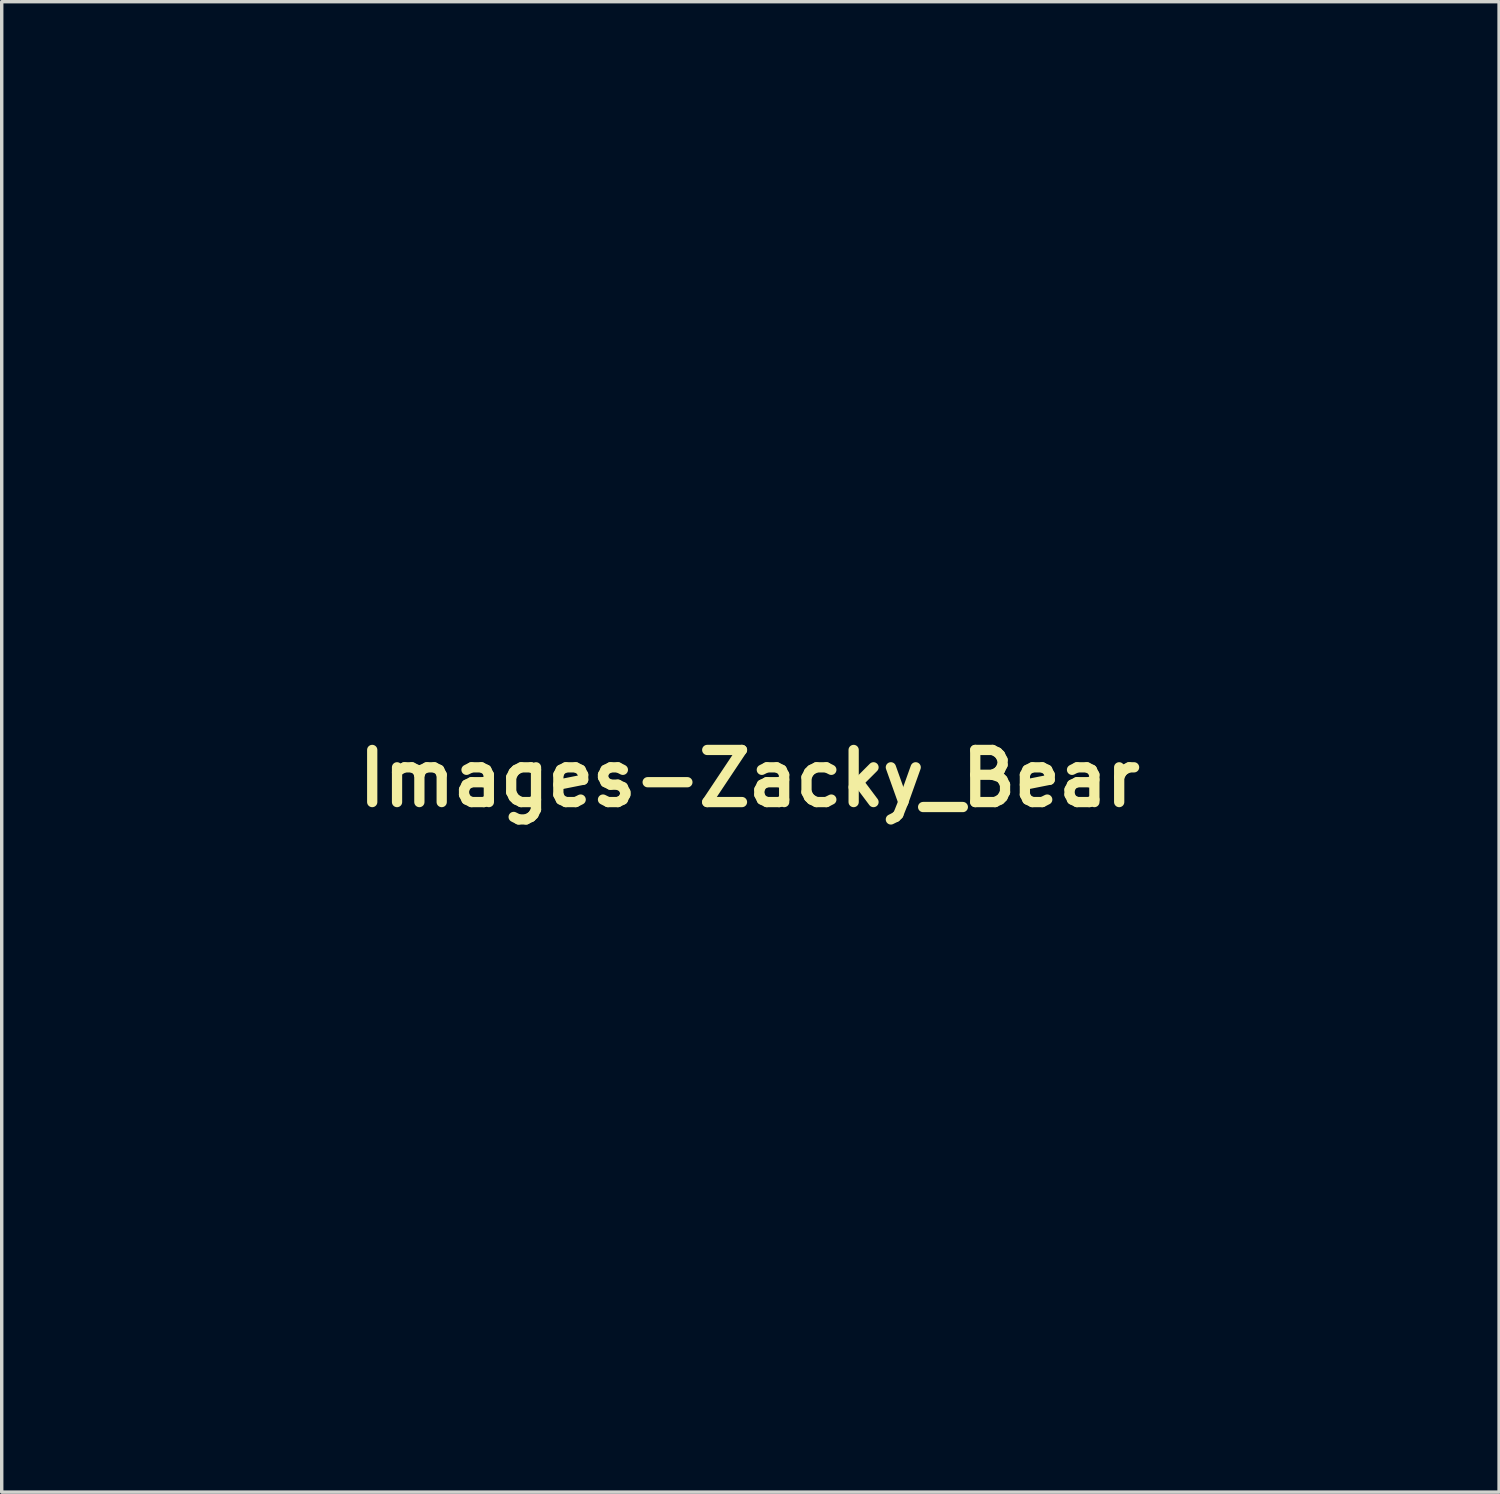
<source format=kicad_pcb>
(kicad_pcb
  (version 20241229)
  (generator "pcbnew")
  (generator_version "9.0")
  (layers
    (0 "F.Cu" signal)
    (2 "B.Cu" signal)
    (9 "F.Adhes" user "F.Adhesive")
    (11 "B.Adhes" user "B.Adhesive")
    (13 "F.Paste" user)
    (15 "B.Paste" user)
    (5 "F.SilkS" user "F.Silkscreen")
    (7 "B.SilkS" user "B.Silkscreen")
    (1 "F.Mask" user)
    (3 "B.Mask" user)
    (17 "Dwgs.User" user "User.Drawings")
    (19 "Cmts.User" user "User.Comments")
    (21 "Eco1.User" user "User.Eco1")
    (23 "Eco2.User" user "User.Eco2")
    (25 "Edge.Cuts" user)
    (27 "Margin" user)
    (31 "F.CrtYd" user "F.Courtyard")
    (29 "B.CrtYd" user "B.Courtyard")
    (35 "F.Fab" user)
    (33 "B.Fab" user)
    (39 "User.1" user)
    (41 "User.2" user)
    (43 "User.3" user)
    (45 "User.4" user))
  (footprint "Images-Zacky_Bear"
    (layer "F.Cu")
    (at 18.866 19.716)
    (property "Reference" "Images-Zacky_Bear" (at 0 0 0) (layer "F.SilkS") (effects (font (size 1.524 1.524) (thickness 0.3))))
    (attr through_hole)
    (fp_poly (pts (xy -3.133 17.822) (xy -3.175 17.865) (xy -3.217 17.822) (xy -3.175 17.78) (xy -3.133 17.822)) (stroke (width 0.01) (type solid)) (fill no) (layer "Eco2.User"))
    (fp_poly (pts (xy -2.879 17.822) (xy -2.921 17.865) (xy -2.963 17.822) (xy -2.921 17.78) (xy -2.879 17.822)) (stroke (width 0.01) (type solid)) (fill no) (layer "Eco2.User"))
    (fp_poly (pts (xy -2.54 17.822) (xy -2.582 17.865) (xy -2.625 17.822) (xy -2.582 17.78) (xy -2.54 17.822)) (stroke (width 0.01) (type solid)) (fill no) (layer "Eco2.User"))
    (fp_poly (pts (xy -2.371 17.822) (xy -2.413 17.865) (xy -2.455 17.822) (xy -2.413 17.78) (xy -2.371 17.822)) (stroke (width 0.01) (type solid)) (fill no) (layer "Eco2.User"))
    (fp_poly (pts (xy -1.355 17.738) (xy -1.397 17.78) (xy -1.439 17.738) (xy -1.397 17.695) (xy -1.355 17.738)) (stroke (width 0.01) (type solid)) (fill no) (layer "Eco2.User"))
    (fp_poly (pts (xy -1.016 17.653) (xy -1.058 17.695) (xy -1.101 17.653) (xy -1.058 17.611) (xy -1.016 17.653)) (stroke (width 0.01) (type solid)) (fill no) (layer "Eco2.User"))
    (fp_poly (pts (xy 0.847 17.822) (xy 0.804 17.865) (xy 0.762 17.822) (xy 0.804 17.78) (xy 0.847 17.822)) (stroke (width 0.01) (type solid)) (fill no) (layer "Eco2.User"))
    (fp_poly (pts (xy 1.185 17.822) (xy 1.143 17.865) (xy 1.101 17.822) (xy 1.143 17.78) (xy 1.185 17.822)) (stroke (width 0.01) (type solid)) (fill no) (layer "Eco2.User"))
    (fp_poly (pts (xy 1.609 17.653) (xy 1.566 17.695) (xy 1.524 17.653) (xy 1.566 17.611) (xy 1.609 17.653)) (stroke (width 0.01) (type solid)) (fill no) (layer "Eco2.User"))
    (fp_poly (pts (xy 3.471 17.738) (xy 3.429 17.78) (xy 3.387 17.738) (xy 3.429 17.695) (xy 3.471 17.738)) (stroke (width 0.01) (type solid)) (fill no) (layer "Eco2.User"))
    (fp_poly (pts (xy 7.287 -17.631) (xy 7.35 -17.461) (xy 7.294 -17.224) (xy 7.16 -17.073) (xy 6.977 -17.017) (xy 6.81 -17.063) (xy 6.738 -17.157) (xy 6.744 -17.345) (xy 6.854 -17.539) (xy 7.02 -17.673) (xy 7.117 -17.695) (xy 7.287 -17.631)) (stroke (width 0.01) (type solid)) (fill no) (layer "Eco2.User"))
    (fp_poly (pts (xy -14.937 5.826) (xy -14.783 5.989) (xy -14.664 6.207) (xy -14.613 6.422) (xy -14.653 6.568) (xy -14.816 6.68) (xy -14.986 6.624) (xy -15.158 6.413) (xy -15.284 6.132) (xy -15.287 5.917) (xy -15.168 5.792) (xy -15.096 5.773) (xy -14.937 5.826)) (stroke (width 0.01) (type solid)) (fill no) (layer "Eco2.User"))
    (fp_poly (pts (xy -14.305 7.207) (xy -14.201 7.376) (xy -14.104 7.665) (xy -14.134 7.861) (xy -14.29 7.953) (xy -14.362 7.959) (xy -14.55 7.896) (xy -14.653 7.731) (xy -14.723 7.434) (xy -14.697 7.214) (xy -14.603 7.09) (xy -14.464 7.081) (xy -14.305 7.207)) (stroke (width 0.01) (type solid)) (fill no) (layer "Eco2.User"))
    (fp_poly (pts (xy -10.072 -16.32) (xy -9.957 -16.207) (xy -9.902 -15.944) (xy -9.921 -15.694) (xy -10.001 -15.498) (xy -10.125 -15.395) (xy -10.262 -15.415) (xy -10.389 -15.568) (xy -10.464 -15.807) (xy -10.473 -16.053) (xy -10.413 -16.215) (xy -10.247 -16.324) (xy -10.072 -16.32)) (stroke (width 0.01) (type solid)) (fill no) (layer "Eco2.User"))
    (fp_poly (pts (xy -9.696 -15.014) (xy -9.499 -14.82) (xy -9.347 -14.556) (xy -9.318 -14.357) (xy -9.412 -14.243) (xy -9.521 -14.224) (xy -9.746 -14.308) (xy -9.954 -14.521) (xy -10.091 -14.722) (xy -10.122 -14.851) (xy -10.075 -14.944) (xy -9.895 -15.061) (xy -9.696 -15.014)) (stroke (width 0.01) (type solid)) (fill no) (layer "Eco2.User"))
    (fp_poly (pts (xy 9.659 -14.096) (xy 9.722 -13.943) (xy 9.684 -13.82) (xy 9.541 -13.704) (xy 9.336 -13.648) (xy 9.138 -13.657) (xy 9.013 -13.74) (xy 9.007 -13.753) (xy 8.995 -13.973) (xy 9.134 -14.134) (xy 9.275 -14.19) (xy 9.497 -14.19) (xy 9.659 -14.096)) (stroke (width 0.01) (type solid)) (fill no) (layer "Eco2.User"))
    (fp_poly (pts (xy 10.551 -17.503) (xy 10.629 -17.439) (xy 10.836 -17.183) (xy 10.896 -16.953) (xy 10.834 -16.802) (xy 10.674 -16.69) (xy 10.505 -16.739) (xy 10.335 -16.925) (xy 10.2 -17.185) (xy 10.169 -17.4) (xy 10.229 -17.544) (xy 10.361 -17.587) (xy 10.551 -17.503)) (stroke (width 0.01) (type solid)) (fill no) (layer "Eco2.User"))
    (fp_poly (pts (xy -0.604 3.45) (xy -0.501 3.609) (xy -0.46 3.848) (xy -0.492 4.092) (xy -0.596 4.312) (xy -0.743 4.387) (xy -0.909 4.307) (xy -0.912 4.304) (xy -0.988 4.135) (xy -1.013 3.888) (xy -0.986 3.643) (xy -0.914 3.488) (xy -0.749 3.399) (xy -0.604 3.45)) (stroke (width 0.01) (type solid)) (fill no) (layer "Eco2.User"))
    (fp_poly (pts (xy -0.528 5.475) (xy -0.45 5.692) (xy -0.441 5.927) (xy -0.484 6.14) (xy -0.588 6.235) (xy -0.65 6.249) (xy -0.845 6.202) (xy -0.931 6.097) (xy -1.001 5.84) (xy -0.968 5.584) (xy -0.842 5.399) (xy -0.821 5.385) (xy -0.66 5.362) (xy -0.528 5.475)) (stroke (width 0.01) (type solid)) (fill no) (layer "Eco2.User"))
    (fp_poly (pts (xy 9.571 -18.318) (xy 9.654 -18.287) (xy 9.877 -18.144) (xy 9.958 -17.971) (xy 9.897 -17.812) (xy 9.748 -17.714) (xy 9.529 -17.723) (xy 9.244 -17.824) (xy 9.049 -17.938) (xy 8.986 -18.071) (xy 8.99 -18.138) (xy 9.085 -18.302) (xy 9.289 -18.364) (xy 9.571 -18.318)) (stroke (width 0.01) (type solid)) (fill no) (layer "Eco2.User"))
    (fp_poly (pts (xy 10.668 -14.997) (xy 10.702 -14.936) (xy 10.702 -14.746) (xy 10.598 -14.545) (xy 10.429 -14.37) (xy 10.233 -14.253) (xy 10.051 -14.232) (xy 9.962 -14.28) (xy 9.91 -14.429) (xy 9.997 -14.64) (xy 10.125 -14.81) (xy 10.337 -15.001) (xy 10.528 -15.065) (xy 10.668 -14.997)) (stroke (width 0.01) (type solid)) (fill no) (layer "Eco2.User"))
    (fp_poly (pts (xy -16.736 4.515) (xy -16.674 4.578) (xy -16.602 4.772) (xy -16.677 4.922) (xy -16.888 5.042) (xy -17.176 5.142) (xy -17.367 5.149) (xy -17.504 5.063) (xy -17.526 5.038) (xy -17.576 4.878) (xy -17.464 4.728) (xy -17.196 4.593) (xy -17.086 4.557) (xy -16.86 4.502) (xy -16.736 4.515)) (stroke (width 0.01) (type solid)) (fill no) (layer "Eco2.User"))
    (fp_poly (pts (xy -9.555 -17.55) (xy -9.512 -17.479) (xy -9.519 -17.323) (xy -9.598 -17.103) (xy -9.715 -16.888) (xy -9.838 -16.748) (xy -9.866 -16.733) (xy -10.011 -16.74) (xy -10.102 -16.777) (xy -10.227 -16.918) (xy -10.207 -17.123) (xy -10.07 -17.365) (xy -9.888 -17.542) (xy -9.702 -17.607) (xy -9.555 -17.55)) (stroke (width 0.01) (type solid)) (fill no) (layer "Eco2.User"))
    (fp_poly (pts (xy -8.432 -18.355) (xy -8.345 -18.228) (xy -8.353 -18.047) (xy -8.5 -17.901) (xy -8.66 -17.843) (xy -8.875 -17.784) (xy -8.982 -17.745) (xy -9.146 -17.755) (xy -9.225 -17.817) (xy -9.294 -18.001) (xy -9.2 -18.175) (xy -8.949 -18.329) (xy -8.938 -18.333) (xy -8.636 -18.412) (xy -8.432 -18.355)) (stroke (width 0.01) (type solid)) (fill no) (layer "Eco2.User"))
    (fp_poly (pts (xy -7.362 -18.403) (xy -7.279 -18.372) (xy -7.045 -18.218) (xy -6.972 -18.021) (xy -6.997 -17.907) (xy -7.12 -17.802) (xy -7.355 -17.801) (xy -7.679 -17.904) (xy -7.69 -17.909) (xy -7.884 -18.022) (xy -7.947 -18.155) (xy -7.944 -18.223) (xy -7.848 -18.387) (xy -7.644 -18.449) (xy -7.362 -18.403)) (stroke (width 0.01) (type solid)) (fill no) (layer "Eco2.User"))
    (fp_poly (pts (xy 8.484 -18.345) (xy 8.585 -18.239) (xy 8.629 -18.057) (xy 8.568 -17.938) (xy 8.374 -17.831) (xy 8.342 -17.818) (xy 8.059 -17.718) (xy 7.871 -17.708) (xy 7.733 -17.786) (xy 7.722 -17.797) (xy 7.625 -17.968) (xy 7.698 -18.123) (xy 7.914 -18.25) (xy 8.257 -18.357) (xy 8.484 -18.345)) (stroke (width 0.01) (type solid)) (fill no) (layer "Eco2.User"))
    (fp_poly (pts (xy 11.043 -16.374) (xy 11.135 -16.258) (xy 11.175 -16.044) (xy 11.16 -15.792) (xy 11.088 -15.573) (xy 10.947 -15.443) (xy 10.763 -15.41) (xy 10.64 -15.466) (xy 10.605 -15.579) (xy 10.585 -15.794) (xy 10.583 -15.886) (xy 10.632 -16.181) (xy 10.764 -16.358) (xy 10.963 -16.396) (xy 11.043 -16.374)) (stroke (width 0.01) (type solid)) (fill no) (layer "Eco2.User"))
    (fp_poly (pts (xy 13.931 10.869) (xy 14.011 10.944) (xy 14.043 11.113) (xy 14.038 11.366) (xy 14.013 11.632) (xy 13.964 11.772) (xy 13.873 11.829) (xy 13.833 11.837) (xy 13.66 11.8) (xy 13.6 11.724) (xy 13.54 11.443) (xy 13.562 11.179) (xy 13.652 10.972) (xy 13.793 10.862) (xy 13.931 10.869)) (stroke (width 0.01) (type solid)) (fill no) (layer "Eco2.User"))
    (fp_poly (pts (xy 14.13 9.544) (xy 14.223 9.691) (xy 14.256 9.925) (xy 14.229 10.175) (xy 14.141 10.37) (xy 14.025 10.476) (xy 13.894 10.47) (xy 13.822 10.443) (xy 13.753 10.332) (xy 13.719 10.089) (xy 13.716 9.981) (xy 13.751 9.668) (xy 13.855 9.503) (xy 14.021 9.49) (xy 14.13 9.544)) (stroke (width 0.01) (type solid)) (fill no) (layer "Eco2.User"))
    (fp_poly (pts (xy 14.692 6.805) (xy 14.783 6.877) (xy 14.798 7.026) (xy 14.776 7.176) (xy 14.685 7.493) (xy 14.551 7.662) (xy 14.39 7.705) (xy 14.243 7.654) (xy 14.202 7.599) (xy 14.203 7.426) (xy 14.268 7.187) (xy 14.372 6.962) (xy 14.44 6.868) (xy 14.6 6.794) (xy 14.692 6.805)) (stroke (width 0.01) (type solid)) (fill no) (layer "Eco2.User"))
    (fp_poly (pts (xy 15.319 5.569) (xy 15.394 5.737) (xy 15.382 5.959) (xy 15.282 6.191) (xy 15.191 6.302) (xy 15.053 6.411) (xy 14.916 6.407) (xy 14.838 6.379) (xy 14.748 6.265) (xy 14.747 6.071) (xy 14.813 5.849) (xy 14.93 5.649) (xy 15.078 5.523) (xy 15.16 5.503) (xy 15.319 5.569)) (stroke (width 0.01) (type solid)) (fill no) (layer "Eco2.User"))
    (fp_poly (pts (xy 16.157 4.459) (xy 16.291 4.583) (xy 16.29 4.724) (xy 16.148 4.91) (xy 16.07 4.987) (xy 15.826 5.184) (xy 15.655 5.243) (xy 15.54 5.17) (xy 15.533 5.16) (xy 15.506 4.98) (xy 15.587 4.776) (xy 15.739 4.588) (xy 15.924 4.461) (xy 16.104 4.436) (xy 16.157 4.459)) (stroke (width 0.01) (type solid)) (fill no) (layer "Eco2.User"))
    (fp_poly (pts (xy 17.284 4.346) (xy 17.517 4.453) (xy 17.65 4.567) (xy 17.655 4.708) (xy 17.544 4.838) (xy 17.365 4.907) (xy 17.325 4.909) (xy 17.111 4.87) (xy 16.933 4.801) (xy 16.761 4.658) (xy 16.694 4.487) (xy 16.741 4.338) (xy 16.838 4.279) (xy 17.031 4.278) (xy 17.284 4.346)) (stroke (width 0.01) (type solid)) (fill no) (layer "Eco2.User"))
    (fp_poly (pts (xy -15.754 4.776) (xy -15.679 4.833) (xy -15.446 5.05) (xy -15.36 5.225) (xy -15.411 5.378) (xy -15.418 5.387) (xy -15.556 5.489) (xy -15.721 5.464) (xy -15.94 5.305) (xy -16.001 5.251) (xy -16.186 5.04) (xy -16.223 4.878) (xy -16.114 4.741) (xy -16.07 4.712) (xy -15.934 4.685) (xy -15.754 4.776)) (stroke (width 0.01) (type solid)) (fill no) (layer "Eco2.User"))
    (fp_poly (pts (xy -13.544 11.157) (xy -13.482 11.371) (xy -13.479 11.62) (xy -13.505 11.887) (xy -13.554 12.028) (xy -13.646 12.084) (xy -13.677 12.09) (xy -13.845 12.084) (xy -13.91 12.054) (xy -13.962 11.91) (xy -13.971 11.676) (xy -13.943 11.425) (xy -13.883 11.23) (xy -13.844 11.177) (xy -13.667 11.09) (xy -13.544 11.157)) (stroke (width 0.01) (type solid)) (fill no) (layer "Eco2.User"))
    (fp_poly (pts (xy -0.441 1.68) (xy -0.372 1.802) (xy -0.355 1.922) (xy -0.364 2.171) (xy -0.421 2.367) (xy -0.561 2.502) (xy -0.735 2.533) (xy -0.877 2.453) (xy -0.904 2.404) (xy -0.92 2.234) (xy -0.889 1.996) (xy -0.88 1.959) (xy -0.807 1.749) (xy -0.699 1.663) (xy -0.593 1.651) (xy -0.441 1.68)) (stroke (width 0.01) (type solid)) (fill no) (layer "Eco2.User"))
    (fp_poly (pts (xy -0.195 9.075) (xy -0.09 9.17) (xy -0.012 9.368) (xy 0.026 9.604) (xy 0.014 9.812) (xy -0.033 9.905) (xy -0.2 9.986) (xy -0.355 9.936) (xy -0.387 9.896) (xy -0.445 9.752) (xy -0.506 9.533) (xy -0.51 9.518) (xy -0.519 9.255) (xy -0.414 9.1) (xy -0.209 9.072) (xy -0.195 9.075)) (stroke (width 0.01) (type solid)) (fill no) (layer "Eco2.User"))
    (fp_poly (pts (xy -0.11 -0.183) (xy -0.062 0.027) (xy -0.082 0.199) (xy -0.142 0.422) (xy -0.201 0.576) (xy -0.205 0.583) (xy -0.337 0.664) (xy -0.515 0.665) (xy -0.637 0.59) (xy -0.668 0.417) (xy -0.635 0.173) (xy -0.556 -0.069) (xy -0.451 -0.234) (xy -0.422 -0.255) (xy -0.237 -0.287) (xy -0.11 -0.183)) (stroke (width 0.01) (type solid)) (fill no) (layer "Eco2.User"))
    (fp_poly (pts (xy 14.286 8.074) (xy 14.377 8.151) (xy 14.425 8.307) (xy 14.413 8.534) (xy 14.354 8.774) (xy 14.265 8.968) (xy 14.159 9.058) (xy 14.147 9.059) (xy 13.988 9.03) (xy 13.942 9.003) (xy 13.896 8.867) (xy 13.888 8.641) (xy 13.915 8.396) (xy 13.973 8.207) (xy 14.117 8.063) (xy 14.286 8.074)) (stroke (width 0.01) (type solid)) (fill no) (layer "Eco2.User"))
    (fp_poly (pts (xy -13.988 8.377) (xy -13.853 8.591) (xy -13.801 8.761) (xy -13.765 8.998) (xy -13.768 9.176) (xy -13.774 9.197) (xy -13.879 9.28) (xy -14.055 9.314) (xy -14.21 9.286) (xy -14.25 9.25) (xy -14.288 9.132) (xy -14.334 8.919) (xy -14.345 8.862) (xy -14.355 8.554) (xy -14.275 8.365) (xy -14.141 8.304) (xy -13.988 8.377)) (stroke (width 0.01) (type solid)) (fill no) (layer "Eco2.User"))
    (fp_poly (pts (xy -13.59 12.587) (xy -13.528 12.657) (xy -13.506 12.826) (xy -13.504 12.996) (xy -13.513 13.251) (xy -13.553 13.383) (xy -13.643 13.437) (xy -13.695 13.447) (xy -13.868 13.42) (xy -13.934 13.35) (xy -13.958 13.187) (xy -13.958 12.947) (xy -13.954 12.899) (xy -13.922 12.685) (xy -13.85 12.592) (xy -13.716 12.573) (xy -13.59 12.587)) (stroke (width 0.01) (type solid)) (fill no) (layer "Eco2.User"))
    (fp_poly (pts (xy -0.382 7.253) (xy -0.32 7.323) (xy -0.298 7.492) (xy -0.296 7.662) (xy -0.305 7.917) (xy -0.345 8.049) (xy -0.435 8.103) (xy -0.487 8.113) (xy -0.66 8.086) (xy -0.726 8.016) (xy -0.75 7.853) (xy -0.75 7.613) (xy -0.746 7.565) (xy -0.714 7.351) (xy -0.642 7.258) (xy -0.508 7.239) (xy -0.382 7.253)) (stroke (width 0.01) (type solid)) (fill no) (layer "Eco2.User"))
    (fp_poly (pts (xy 3.796 -12.858) (xy 3.973 -12.716) (xy 4.116 -12.468) (xy 4.196 -12.181) (xy 4.192 -11.941) (xy 4.062 -11.635) (xy 3.853 -11.434) (xy 3.603 -11.351) (xy 3.347 -11.398) (xy 3.139 -11.568) (xy 2.992 -11.856) (xy 2.962 -12.163) (xy 3.03 -12.453) (xy 3.18 -12.694) (xy 3.395 -12.852) (xy 3.657 -12.891) (xy 3.796 -12.858)) (stroke (width 0.01) (type solid)) (fill no) (layer "Eco2.User"))
    (fp_poly (pts (xy 13.925 12.334) (xy 13.992 12.405) (xy 14.025 12.577) (xy 14.038 12.764) (xy 14.048 13.022) (xy 14.026 13.154) (xy 13.954 13.202) (xy 13.845 13.208) (xy 13.664 13.167) (xy 13.581 13.09) (xy 13.558 12.932) (xy 13.559 12.694) (xy 13.562 12.645) (xy 13.594 12.431) (xy 13.667 12.338) (xy 13.801 12.319) (xy 13.925 12.334)) (stroke (width 0.01) (type solid)) (fill no) (layer "Eco2.User"))
    (fp_poly (pts (xy -13.666 9.798) (xy -13.598 9.886) (xy -13.567 10.089) (xy -13.563 10.145) (xy -13.577 10.442) (xy -13.655 10.657) (xy -13.782 10.751) (xy -13.801 10.753) (xy -13.903 10.695) (xy -13.965 10.632) (xy -14.022 10.476) (xy -14.042 10.233) (xy -14.039 10.145) (xy -14.011 9.915) (xy -13.953 9.808) (xy -13.833 9.779) (xy -13.801 9.779) (xy -13.666 9.798)) (stroke (width 0.01) (type solid)) (fill no) (layer "Eco2.User"))
    (fp_poly (pts (xy -3.27 -12.791) (xy -3.094 -12.586) (xy -2.986 -12.315) (xy -2.966 -12.013) (xy -3.047 -11.715) (xy -3.139 -11.568) (xy -3.372 -11.39) (xy -3.646 -11.349) (xy -3.908 -11.452) (xy -3.971 -11.506) (xy -4.135 -11.77) (xy -4.19 -12.088) (xy -4.146 -12.409) (xy -4.008 -12.684) (xy -3.785 -12.862) (xy -3.766 -12.87) (xy -3.5 -12.898) (xy -3.27 -12.791)) (stroke (width 0.01) (type solid)) (fill no) (layer "Eco2.User"))
    (fp_poly (pts (xy 0.191 -10.783) (xy 0.576 -10.676) (xy 0.891 -10.469) (xy 1.057 -10.247) (xy 1.17 -9.94) (xy 1.145 -9.681) (xy 1.002 -9.441) (xy 0.694 -9.178) (xy 0.296 -9.021) (xy -0.143 -8.98) (xy -0.572 -9.068) (xy -0.635 -9.093) (xy -0.979 -9.314) (xy -1.173 -9.61) (xy -1.224 -9.922) (xy -1.19 -10.195) (xy -1.066 -10.393) (xy -0.992 -10.462) (xy -0.633 -10.68) (xy -0.226 -10.786) (xy 0.191 -10.783)) (stroke (width 0.01) (type solid)) (fill no) (layer "Eco2.User"))
    (fp_poly (pts (xy 0.905 -12.38) (xy 1.655 -12.191) (xy 2.346 -11.891) (xy 2.952 -11.493) (xy 3.449 -11.012) (xy 3.812 -10.46) (xy 3.814 -10.456) (xy 3.924 -10.198) (xy 3.988 -9.94) (xy 4.017 -9.622) (xy 4.022 -9.313) (xy 4.015 -8.936) (xy 3.986 -8.667) (xy 3.921 -8.445) (xy 3.808 -8.208) (xy 3.771 -8.141) (xy 3.386 -7.607) (xy 2.871 -7.134) (xy 2.258 -6.743) (xy 1.584 -6.46) (xy 1.202 -6.359) (xy 0.755 -6.298) (xy 0.221 -6.274) (xy -0.333 -6.287) (xy -0.842 -6.334) (xy -1.185 -6.4) (xy -1.923 -6.663) (xy -2.564 -7.028) (xy -3.094 -7.479) (xy -3.501 -8.002) (xy -3.771 -8.582) (xy -3.873 -9.113) (xy -3.428 -9.113) (xy -3.281 -8.571) (xy -2.974 -8.053) (xy -2.866 -7.922) (xy -2.621 -7.669) (xy -2.362 -7.44) (xy -2.208 -7.328) (xy -1.927 -7.18) (xy -1.55 -7.018) (xy -1.148 -6.871) (xy -0.79 -6.765) (xy -0.677 -6.74) (xy -0.386 -6.715) (xy 0.012 -6.719) (xy 0.461 -6.746) (xy 0.9 -6.793) (xy 1.273 -6.854) (xy 1.47 -6.906) (xy 2.123 -7.191) (xy 2.66 -7.556) (xy 3.003 -7.889) (xy 3.364 -8.401) (xy 3.564 -8.94) (xy 3.604 -9.489) (xy 3.487 -10.032) (xy 3.214 -10.552) (xy 2.788 -11.03) (xy 2.625 -11.168) (xy 2.003 -11.556) (xy 1.298 -11.819) (xy 0.543 -11.957) (xy -0.23 -11.968) (xy -0.991 -11.854) (xy -1.707 -11.615) (xy -2.348 -11.249) (xy -2.456 -11.168) (xy -2.928 -10.706) (xy -3.249 -10.198) (xy -3.416 -9.661) (xy -3.428 -9.113) (xy -3.873 -9.113) (xy -3.89 -9.205) (xy -3.895 -9.356) (xy -3.814 -9.98) (xy -3.583 -10.56) (xy -3.216 -11.084) (xy -2.729 -11.539) (xy -2.138 -11.915) (xy -1.457 -12.199) (xy -0.701 -12.379) (xy 0.112 -12.444) (xy 0.122 -12.445) (xy 0.905 -12.38)) (stroke (width 0.01) (type solid)) (fill no) (layer "Eco2.User"))
    (fp_poly (pts (xy -7.669 -19.682) (xy -6.938 -19.506) (xy -6.255 -19.186) (xy -5.643 -18.725) (xy -5.517 -18.602) (xy -5.15 -18.224) (xy -4.675 -18.51) (xy -4.115 -18.803) (xy -3.436 -19.086) (xy -2.69 -19.339) (xy -2.134 -19.493) (xy -1.553 -19.6) (xy -0.86 -19.666) (xy -0.107 -19.692) (xy 0.654 -19.678) (xy 1.369 -19.623) (xy 1.987 -19.527) (xy 2.134 -19.493) (xy 3.318 -19.13) (xy 4.391 -18.662) (xy 4.887 -18.387) (xy 5.559 -17.983) (xy 5.807 -18.312) (xy 6.257 -18.786) (xy 6.824 -19.185) (xy 7.465 -19.487) (xy 8.134 -19.669) (xy 8.413 -19.703) (xy 9.183 -19.686) (xy 9.891 -19.528) (xy 10.529 -19.244) (xy 11.089 -18.852) (xy 11.564 -18.37) (xy 11.944 -17.814) (xy 12.221 -17.202) (xy 12.389 -16.551) (xy 12.437 -15.879) (xy 12.359 -15.201) (xy 12.146 -14.537) (xy 11.789 -13.902) (xy 11.388 -13.419) (xy 10.885 -13.002) (xy 10.282 -12.654) (xy 9.646 -12.412) (xy 9.438 -12.361) (xy 8.975 -12.265) (xy 8.975 -11.463) (xy 8.893 -10.341) (xy 8.65 -9.267) (xy 8.244 -8.242) (xy 7.679 -7.269) (xy 6.954 -6.348) (xy 6.408 -5.789) (xy 5.61 -5.034) (xy 6.172 -4.728) (xy 6.89 -4.286) (xy 7.633 -3.742) (xy 8.362 -3.127) (xy 9.042 -2.476) (xy 9.635 -1.82) (xy 10.086 -1.222) (xy 10.633 -0.297) (xy 11.089 0.686) (xy 11.429 1.675) (xy 11.55 2.162) (xy 11.642 2.358) (xy 11.839 2.633) (xy 12.119 2.955) (xy 12.174 3.013) (xy 12.437 3.3) (xy 12.665 3.571) (xy 12.824 3.785) (xy 12.867 3.856) (xy 12.955 4.034) (xy 13.002 4.128) (xy 13.003 4.13) (xy 13.064 4.084) (xy 13.218 3.942) (xy 13.442 3.726) (xy 13.641 3.53) (xy 14.077 3.133) (xy 14.474 2.864) (xy 14.875 2.704) (xy 15.323 2.633) (xy 15.591 2.625) (xy 16.241 2.706) (xy 16.848 2.944) (xy 17.402 3.329) (xy 17.891 3.852) (xy 18.308 4.505) (xy 18.642 5.276) (xy 18.767 5.673) (xy 18.823 5.904) (xy 18.864 6.157) (xy 18.892 6.464) (xy 18.909 6.853) (xy 18.917 7.355) (xy 18.918 7.916) (xy 18.915 8.529) (xy 18.905 9.012) (xy 18.886 9.405) (xy 18.853 9.75) (xy 18.804 10.085) (xy 18.735 10.451) (xy 18.684 10.697) (xy 18.582 11.155) (xy 18.475 11.597) (xy 18.375 11.973) (xy 18.295 12.234) (xy 18.295 12.236) (xy 17.975 12.909) (xy 17.527 13.471) (xy 16.952 13.921) (xy 16.298 14.242) (xy 16.082 14.317) (xy 15.874 14.371) (xy 15.636 14.405) (xy 15.332 14.425) (xy 14.927 14.433) (xy 14.478 14.434) (xy 13.869 14.426) (xy 13.337 14.397) (xy 12.842 14.341) (xy 12.344 14.251) (xy 11.803 14.119) (xy 11.179 13.939) (xy 10.541 13.739) (xy 9.434 13.351) (xy 8.244 12.878) (xy 7.019 12.337) (xy 5.96 11.828) (xy 4.896 11.295) (xy 3.824 11.651) (xy 2.915 11.925) (xy 2.075 12.112) (xy 1.236 12.225) (xy 0.329 12.273) (xy -0.053 12.277) (xy -1.229 12.227) (xy -2.326 12.071) (xy -3.404 11.799) (xy -3.867 11.647) (xy -4.681 11.363) (xy -5.537 11.815) (xy -6.485 12.288) (xy -7.503 12.75) (xy -8.555 13.187) (xy -9.605 13.584) (xy -10.617 13.929) (xy -11.556 14.208) (xy -12.319 14.392) (xy -12.978 14.505) (xy -13.671 14.579) (xy -14.352 14.612) (xy -14.978 14.604) (xy -15.501 14.552) (xy -15.658 14.521) (xy -16.415 14.274) (xy -17.065 13.905) (xy -17.597 13.419) (xy -18.005 12.825) (xy -18.087 12.658) (xy -18.27 12.168) (xy -18.438 11.544) (xy -18.585 10.826) (xy -18.706 10.049) (xy -18.796 9.251) (xy -18.849 8.468) (xy -18.851 8.345) (xy -18.281 8.345) (xy -18.236 9.132) (xy -18.167 9.737) (xy -18.052 10.454) (xy -17.924 11.118) (xy -17.791 11.702) (xy -17.657 12.177) (xy -17.531 12.516) (xy -17.512 12.556) (xy -17.144 13.101) (xy -16.653 13.542) (xy -16.058 13.864) (xy -15.409 14.049) (xy -14.932 14.098) (xy -14.341 14.104) (xy -13.687 14.071) (xy -13.021 14) (xy -12.394 13.894) (xy -11.707 13.73) (xy -10.915 13.502) (xy -10.065 13.226) (xy -9.203 12.916) (xy -8.532 12.653) (xy -8.166 12.499) (xy -7.742 12.313) (xy -7.287 12.108) (xy -6.825 11.896) (xy -6.384 11.689) (xy -5.989 11.499) (xy -5.665 11.338) (xy -5.439 11.219) (xy -5.337 11.154) (xy -5.334 11.149) (xy -5.401 11.089) (xy -5.579 10.964) (xy -5.837 10.796) (xy -5.963 10.717) (xy -6.537 10.314) (xy -7.113 9.828) (xy -7.646 9.303) (xy -8.09 8.782) (xy -8.249 8.56) (xy -8.443 8.24) (xy -8.643 7.861) (xy -8.831 7.465) (xy -8.99 7.091) (xy -9.1 6.781) (xy -9.144 6.574) (xy -9.144 6.566) (xy -9.164 6.465) (xy -9.24 6.412) (xy -9.391 6.41) (xy -9.639 6.462) (xy -10.005 6.569) (xy -10.456 6.716) (xy -10.898 6.866) (xy -11.204 6.978) (xy -11.401 7.066) (xy -11.515 7.144) (xy -11.573 7.227) (xy -11.6 7.328) (xy -11.6 7.331) (xy -11.667 7.515) (xy -11.804 7.576) (xy -11.842 7.578) (xy -11.942 7.559) (xy -12.028 7.484) (xy -12.117 7.323) (xy -12.228 7.048) (xy -12.313 6.815) (xy -12.674 5.92) (xy -13.073 5.138) (xy -13.173 4.985) (xy -12.465 4.985) (xy -12.18 5.708) (xy -12.013 6.096) (xy -11.876 6.339) (xy -11.774 6.427) (xy -11.769 6.427) (xy -11.646 6.398) (xy -11.397 6.323) (xy -11.054 6.211) (xy -10.65 6.073) (xy -10.519 6.027) (xy -9.397 5.63) (xy -9.369 4.562) (xy -8.793 4.562) (xy -8.782 4.931) (xy -8.727 5.626) (xy -8.629 6.217) (xy -8.473 6.766) (xy -8.243 7.334) (xy -8.107 7.62) (xy -7.672 8.335) (xy -7.092 9.025) (xy -6.39 9.67) (xy -5.589 10.249) (xy -4.715 10.741) (xy -4.191 10.976) (xy -3.415 11.254) (xy -2.562 11.493) (xy -1.712 11.674) (xy -1.143 11.756) (xy -0.721 11.802) (xy -0.402 11.828) (xy -0.131 11.837) (xy 0.149 11.828) (xy 0.491 11.8) (xy 0.895 11.761) (xy 2.19 11.568) (xy 3.39 11.261) (xy 4.134 10.98) (xy 5.588 10.98) (xy 5.661 11.036) (xy 5.864 11.147) (xy 6.172 11.303) (xy 6.558 11.491) (xy 6.998 11.699) (xy 7.467 11.917) (xy 7.939 12.131) (xy 8.388 12.33) (xy 8.79 12.501) (xy 9.059 12.611) (xy 10.404 13.103) (xy 11.65 13.484) (xy 12.792 13.752) (xy 13.825 13.907) (xy 14.746 13.947) (xy 15.549 13.872) (xy 15.677 13.847) (xy 16.19 13.714) (xy 16.591 13.542) (xy 16.941 13.304) (xy 17.131 13.135) (xy 17.387 12.849) (xy 17.606 12.503) (xy 17.794 12.078) (xy 17.958 11.552) (xy 18.105 10.905) (xy 18.244 10.116) (xy 18.29 9.81) (xy 18.415 8.643) (xy 18.436 7.565) (xy 18.356 6.582) (xy 18.177 5.703) (xy 17.901 4.936) (xy 17.53 4.289) (xy 17.066 3.77) (xy 16.513 3.388) (xy 16.493 3.378) (xy 15.938 3.176) (xy 15.396 3.142) (xy 14.87 3.271) (xy 14.364 3.563) (xy 13.879 4.016) (xy 13.419 4.626) (xy 12.987 5.392) (xy 12.613 6.241) (xy 12.427 6.688) (xy 12.275 6.984) (xy 12.144 7.143) (xy 12.024 7.178) (xy 11.901 7.1) (xy 11.858 7.052) (xy 11.692 6.932) (xy 11.362 6.78) (xy 10.869 6.596) (xy 10.503 6.473) (xy 10.082 6.337) (xy 9.722 6.226) (xy 9.452 6.148) (xy 9.3 6.11) (xy 9.277 6.109) (xy 9.243 6.199) (xy 9.174 6.408) (xy 9.086 6.696) (xy 9.07 6.749) (xy 8.689 7.73) (xy 8.157 8.636) (xy 7.478 9.464) (xy 6.652 10.209) (xy 6.075 10.624) (xy 5.832 10.789) (xy 5.658 10.916) (xy 5.588 10.979) (xy 5.588 10.98) (xy 4.134 10.98) (xy 4.488 10.847) (xy 5.476 10.331) (xy 6.35 9.719) (xy 7.101 9.016) (xy 7.723 8.229) (xy 8.209 7.363) (xy 8.552 6.424) (xy 8.747 5.417) (xy 8.781 5.006) (xy 8.767 3.732) (xy 8.598 2.432) (xy 8.282 1.127) (xy 7.826 -0.163) (xy 7.239 -1.418) (xy 6.528 -2.617) (xy 5.702 -3.739) (xy 5.494 -3.979) (xy 6.245 -3.979) (xy 6.262 -3.917) (xy 6.362 -3.749) (xy 6.526 -3.506) (xy 6.627 -3.365) (xy 6.963 -2.897) (xy 7.227 -2.507) (xy 7.452 -2.141) (xy 7.672 -1.745) (xy 7.919 -1.264) (xy 7.946 -1.211) (xy 8.529 0.096) (xy 8.953 1.382) (xy 9.221 2.664) (xy 9.34 3.964) (xy 9.347 4.294) (xy 9.356 5.498) (xy 9.821 5.666) (xy 10.198 5.799) (xy 10.605 5.939) (xy 11.009 6.074) (xy 11.375 6.193) (xy 11.668 6.285) (xy 11.854 6.337) (xy 11.897 6.346) (xy 11.964 6.275) (xy 12.076 6.08) (xy 12.215 5.794) (xy 12.307 5.583) (xy 12.631 4.817) (xy 12.395 4.35) (xy 12.221 4.063) (xy 11.972 3.723) (xy 11.696 3.394) (xy 11.633 3.325) (xy 11.378 3.047) (xy 11.21 2.829) (xy 11.098 2.613) (xy 11.011 2.34) (xy 10.932 2.016) (xy 10.594 0.926) (xy 10.101 -0.129) (xy 9.47 -1.127) (xy 8.714 -2.044) (xy 7.852 -2.854) (xy 7.508 -3.128) (xy 7.154 -3.395) (xy 6.821 -3.634) (xy 6.538 -3.825) (xy 6.333 -3.946) (xy 6.245 -3.979) (xy 5.494 -3.979) (xy 5.219 -4.297) (xy 5.017 -4.511) (xy 4.888 -4.619) (xy 4.794 -4.642) (xy 4.696 -4.598) (xy 4.674 -4.585) (xy 4.628 -4.509) (xy 4.656 -4.364) (xy 4.766 -4.115) (xy 4.789 -4.07) (xy 4.984 -3.519) (xy 5.068 -2.902) (xy 5.041 -2.27) (xy 4.908 -1.67) (xy 4.67 -1.15) (xy 4.636 -1.097) (xy 4.342 -0.749) (xy 4.002 -0.536) (xy 3.576 -0.436) (xy 3.293 -0.423) (xy 2.604 -0.497) (xy 1.988 -0.721) (xy 1.43 -1.102) (xy 1.403 -1.125) (xy 0.987 -1.491) (xy 0.687 -1.338) (xy 0.37 -1.235) (xy -0.021 -1.189) (xy -0.407 -1.204) (xy -0.71 -1.281) (xy -0.858 -1.326) (xy -0.997 -1.293) (xy -1.187 -1.165) (xy -1.244 -1.122) (xy -1.76 -0.767) (xy -2.257 -0.548) (xy -2.783 -0.445) (xy -2.899 -0.437) (xy -3.323 -0.425) (xy -3.634 -0.458) (xy -3.881 -0.55) (xy -4.119 -0.715) (xy -4.232 -0.813) (xy -4.566 -1.222) (xy -4.799 -1.735) (xy -4.927 -2.316) (xy -4.94 -2.747) (xy -4.393 -2.747) (xy -4.383 -2.491) (xy -4.303 -1.972) (xy -4.143 -1.531) (xy -3.917 -1.202) (xy -3.727 -1.054) (xy -3.424 -0.961) (xy -3.031 -0.941) (xy -2.609 -0.993) (xy -2.365 -1.06) (xy -2.06 -1.2) (xy -1.751 -1.396) (xy -1.666 -1.462) (xy -1.476 -1.635) (xy -1.396 -1.758) (xy -1.403 -1.887) (xy -1.433 -1.974) (xy -1.473 -2.161) (xy -1.503 -2.466) (xy -1.521 -2.84) (xy -1.522 -2.921) (xy -0.931 -2.921) (xy -0.927 -2.546) (xy -0.91 -2.3) (xy -0.87 -2.142) (xy -0.801 -2.033) (xy -0.741 -1.973) (xy -0.561 -1.832) (xy -0.423 -1.753) (xy -0.106 -1.702) (xy 0.253 -1.736) (xy 0.516 -1.824) (xy 0.718 -1.973) (xy 0.847 -2.188) (xy 0.913 -2.504) (xy 0.931 -2.921) (xy 0.919 -3.243) (xy 0.886 -3.525) (xy 0.861 -3.628) (xy 1.439 -3.628) (xy 1.439 -2.78) (xy 1.452 -2.298) (xy 1.504 -1.946) (xy 1.616 -1.687) (xy 1.809 -1.482) (xy 2.102 -1.295) (xy 2.301 -1.191) (xy 2.698 -1.021) (xy 3.051 -0.943) (xy 3.283 -0.931) (xy 3.569 -0.943) (xy 3.763 -1) (xy 3.944 -1.135) (xy 4.066 -1.252) (xy 4.345 -1.619) (xy 4.508 -2.059) (xy 4.564 -2.598) (xy 4.557 -2.877) (xy 4.471 -3.45) (xy 4.292 -3.905) (xy 4.029 -4.232) (xy 3.689 -4.421) (xy 3.282 -4.463) (xy 3.185 -4.452) (xy 2.551 -4.302) (xy 2.02 -4.07) (xy 1.754 -3.888) (xy 1.439 -3.628) (xy 0.861 -3.628) (xy 0.85 -3.673) (xy 0.679 -3.907) (xy 0.401 -4.061) (xy 0.064 -4.13) (xy -0.286 -4.106) (xy -0.601 -3.984) (xy -0.725 -3.89) (xy -0.823 -3.783) (xy -0.884 -3.662) (xy -0.917 -3.485) (xy -0.93 -3.21) (xy -0.931 -2.921) (xy -1.522 -2.921) (xy -1.524 -3.058) (xy -1.524 -3.904) (xy -2.083 -4.165) (xy -2.519 -4.339) (xy -2.913 -4.422) (xy -3.148 -4.436) (xy -3.439 -4.434) (xy -3.626 -4.397) (xy -3.775 -4.301) (xy -3.938 -4.134) (xy -4.199 -3.757) (xy -4.348 -3.304) (xy -4.393 -2.747) (xy -4.94 -2.747) (xy -4.946 -2.928) (xy -4.85 -3.535) (xy -4.641 -4.093) (xy -4.543 -4.3) (xy -4.522 -4.414) (xy -4.579 -4.494) (xy -4.63 -4.535) (xy -4.774 -4.628) (xy -4.84 -4.654) (xy -4.932 -4.593) (xy -5.103 -4.421) (xy -5.331 -4.166) (xy -5.595 -3.853) (xy -5.872 -3.506) (xy -6.141 -3.153) (xy -6.229 -3.033) (xy -6.998 -1.844) (xy -7.638 -0.597) (xy -8.145 0.687) (xy -8.51 1.988) (xy -8.728 3.287) (xy -8.793 4.562) (xy -9.369 4.562) (xy -9.362 4.276) (xy -9.321 3.411) (xy -9.239 2.648) (xy -9.106 1.922) (xy -8.908 1.168) (xy -8.72 0.57) (xy -8.486 -0.058) (xy -8.179 -0.763) (xy -7.828 -1.49) (xy -7.459 -2.183) (xy -7.101 -2.783) (xy -7.011 -2.921) (xy -6.758 -3.297) (xy -6.589 -3.552) (xy -6.491 -3.707) (xy -6.452 -3.783) (xy -6.462 -3.8) (xy -6.507 -3.778) (xy -6.527 -3.766) (xy -6.934 -3.488) (xy -7.405 -3.107) (xy -7.904 -2.656) (xy -8.397 -2.169) (xy -8.846 -1.68) (xy -9.213 -1.228) (xy -9.535 -0.748) (xy -9.852 -0.196) (xy -10.148 0.396) (xy -10.409 0.994) (xy -10.62 1.563) (xy -10.767 2.07) (xy -10.834 2.481) (xy -10.837 2.563) (xy -10.898 2.712) (xy -11.05 2.904) (xy -11.141 2.992) (xy -11.455 3.309) (xy -11.774 3.701) (xy -12.059 4.113) (xy -12.27 4.49) (xy -12.321 4.607) (xy -12.465 4.985) (xy -13.173 4.985) (xy -13.503 4.483) (xy -13.954 3.966) (xy -14.418 3.602) (xy -14.605 3.501) (xy -15.148 3.336) (xy -15.7 3.335) (xy -16.246 3.496) (xy -16.771 3.816) (xy -16.927 3.948) (xy -17.278 4.303) (xy -17.558 4.691) (xy -17.798 5.158) (xy -18.003 5.682) (xy -18.137 6.198) (xy -18.23 6.84) (xy -18.278 7.568) (xy -18.281 8.345) (xy -18.851 8.345) (xy -18.861 7.737) (xy -18.849 7.406) (xy -18.737 6.383) (xy -18.524 5.473) (xy -18.214 4.681) (xy -17.809 4.014) (xy -17.315 3.478) (xy -16.734 3.08) (xy -16.07 2.825) (xy -16.068 2.825) (xy -15.438 2.738) (xy -14.842 2.81) (xy -14.273 3.045) (xy -13.723 3.445) (xy -13.392 3.772) (xy -13.12 4.062) (xy -12.941 4.236) (xy -12.837 4.305) (xy -12.791 4.283) (xy -12.785 4.229) (xy -12.734 4.084) (xy -12.598 3.849) (xy -12.403 3.559) (xy -12.175 3.252) (xy -11.94 2.966) (xy -11.809 2.823) (xy -11.572 2.55) (xy -11.416 2.287) (xy -11.299 1.959) (xy -11.261 1.818) (xy -10.907 0.713) (xy -10.427 -0.317) (xy -9.986 -1.048) (xy -9.217 -2.072) (xy -8.319 -3.009) (xy -7.282 -3.868) (xy -6.198 -4.597) (xy -5.495 -5.027) (xy -5.774 -5.241) (xy -6.656 -6.023) (xy -7.417 -6.916) (xy -8.043 -7.903) (xy -8.247 -8.309) (xy -8.533 -8.977) (xy -8.735 -9.602) (xy -8.869 -10.245) (xy -8.947 -10.966) (xy -8.969 -11.336) (xy -8.979 -11.557) (xy -8.34 -11.557) (xy -8.328 -10.878) (xy -8.289 -10.322) (xy -8.212 -9.842) (xy -8.088 -9.391) (xy -7.908 -8.925) (xy -7.751 -8.577) (xy -7.201 -7.595) (xy -6.526 -6.719) (xy -5.716 -5.938) (xy -4.873 -5.314) (xy -4.519 -5.088) (xy -4.271 -4.947) (xy -4.097 -4.879) (xy -3.966 -4.87) (xy -3.899 -4.885) (xy -3.71 -4.917) (xy -3.412 -4.939) (xy -3.067 -4.947) (xy -3.03 -4.947) (xy -2.662 -4.933) (xy -2.376 -4.888) (xy -2.096 -4.791) (xy -1.77 -4.639) (xy -1.162 -4.337) (xy -0.892 -4.497) (xy -0.487 -4.66) (xy -0.04 -4.719) (xy 0.401 -4.676) (xy 0.785 -4.536) (xy 1.015 -4.361) (xy 1.164 -4.226) (xy 1.27 -4.21) (xy 1.348 -4.261) (xy 1.506 -4.374) (xy 1.733 -4.516) (xy 1.798 -4.554) (xy 2.269 -4.771) (xy 2.777 -4.918) (xy 3.274 -4.987) (xy 3.71 -4.971) (xy 3.924 -4.916) (xy 4.068 -4.887) (xy 4.236 -4.925) (xy 4.472 -5.042) (xy 4.617 -5.128) (xy 5.572 -5.798) (xy 6.409 -6.583) (xy 7.12 -7.472) (xy 7.694 -8.454) (xy 8.124 -9.515) (xy 8.141 -9.57) (xy 8.22 -9.843) (xy 8.275 -10.1) (xy 8.311 -10.38) (xy 8.33 -10.726) (xy 8.339 -11.176) (xy 8.34 -11.515) (xy 8.336 -12.048) (xy 8.324 -12.451) (xy 8.299 -12.766) (xy 8.256 -13.033) (xy 8.192 -13.291) (xy 8.142 -13.458) (xy 7.72 -14.525) (xy 7.158 -15.506) (xy 6.465 -16.392) (xy 5.651 -17.173) (xy 4.974 -17.663) (xy 5.914 -17.663) (xy 6.375 -17.258) (xy 6.832 -16.802) (xy 7.297 -16.242) (xy 7.724 -15.637) (xy 8.069 -15.044) (xy 8.078 -15.026) (xy 8.254 -14.651) (xy 8.428 -14.235) (xy 8.585 -13.819) (xy 8.709 -13.445) (xy 8.787 -13.152) (xy 8.805 -13.013) (xy 8.825 -12.912) (xy 8.912 -12.878) (xy 9.112 -12.896) (xy 9.165 -12.904) (xy 9.44 -12.972) (xy 9.779 -13.09) (xy 10.033 -13.197) (xy 10.621 -13.56) (xy 11.131 -14.054) (xy 11.531 -14.646) (xy 11.558 -14.697) (xy 11.679 -14.955) (xy 11.755 -15.178) (xy 11.794 -15.423) (xy 11.809 -15.747) (xy 11.811 -16.002) (xy 11.805 -16.409) (xy 11.778 -16.706) (xy 11.721 -16.954) (xy 11.622 -17.212) (xy 11.565 -17.338) (xy 11.242 -17.874) (xy 10.827 -18.326) (xy 10.24 -18.764) (xy 9.607 -19.047) (xy 8.946 -19.176) (xy 8.275 -19.151) (xy 7.614 -18.973) (xy 6.981 -18.645) (xy 6.395 -18.165) (xy 6.323 -18.091) (xy 5.914 -17.663) (xy 4.974 -17.663) (xy 4.725 -17.842) (xy 3.697 -18.391) (xy 2.576 -18.809) (xy 1.92 -18.982) (xy 1.278 -19.089) (xy 0.539 -19.149) (xy -0.236 -19.162) (xy -0.988 -19.127) (xy -1.655 -19.044) (xy -1.82 -19.012) (xy -2.979 -18.683) (xy -4.058 -18.219) (xy -5.046 -17.629) (xy -5.932 -16.922) (xy -6.706 -16.109) (xy -7.355 -15.199) (xy -7.87 -14.202) (xy -8.142 -13.462) (xy -8.222 -13.181) (xy -8.278 -12.915) (xy -8.313 -12.624) (xy -8.332 -12.264) (xy -8.339 -11.794) (xy -8.34 -11.557) (xy -8.979 -11.557) (xy -9.017 -12.386) (xy -9.358 -12.486) (xy -9.978 -12.753) (xy -10.548 -13.159) (xy -11.046 -13.679) (xy -11.449 -14.285) (xy -11.734 -14.949) (xy -11.85 -15.434) (xy -11.883 -16.138) (xy -11.878 -16.173) (xy -11.306 -16.173) (xy -11.269 -15.522) (xy -11.089 -14.882) (xy -10.76 -14.274) (xy -10.479 -13.922) (xy -10.195 -13.652) (xy -9.859 -13.394) (xy -9.513 -13.173) (xy -9.201 -13.019) (xy -8.965 -12.958) (xy -8.87 -13.009) (xy -8.791 -13.185) (xy -8.73 -13.441) (xy -8.461 -14.355) (xy -8.029 -15.251) (xy -7.437 -16.12) (xy -6.692 -16.954) (xy -6.536 -17.105) (xy -5.664 -17.933) (xy -5.986 -18.25) (xy -6.237 -18.454) (xy -6.567 -18.671) (xy -6.858 -18.829) (xy -7.152 -18.96) (xy -7.4 -19.039) (xy -7.666 -19.079) (xy -8.016 -19.092) (xy -8.17 -19.092) (xy -8.564 -19.086) (xy -8.852 -19.057) (xy -9.1 -18.993) (xy -9.37 -18.882) (xy -9.483 -18.829) (xy -10.1 -18.449) (xy -10.596 -17.972) (xy -10.965 -17.419) (xy -11.203 -16.812) (xy -11.306 -16.173) (xy -11.878 -16.173) (xy -11.768 -16.851) (xy -11.52 -17.542) (xy -11.154 -18.18) (xy -10.685 -18.735) (xy -10.13 -19.176) (xy -9.897 -19.308) (xy -9.173 -19.588) (xy -8.422 -19.711) (xy -7.669 -19.682)) (stroke (width 0.01) (type solid)) (fill no) (layer "Eco2.User")))
  (gr_rect
    (start -3 -3)
    (end 40.789 40.586)
    (stroke (width 0.1) (type default))
    (fill no)
    (layer "Edge.Cuts")))
</source>
